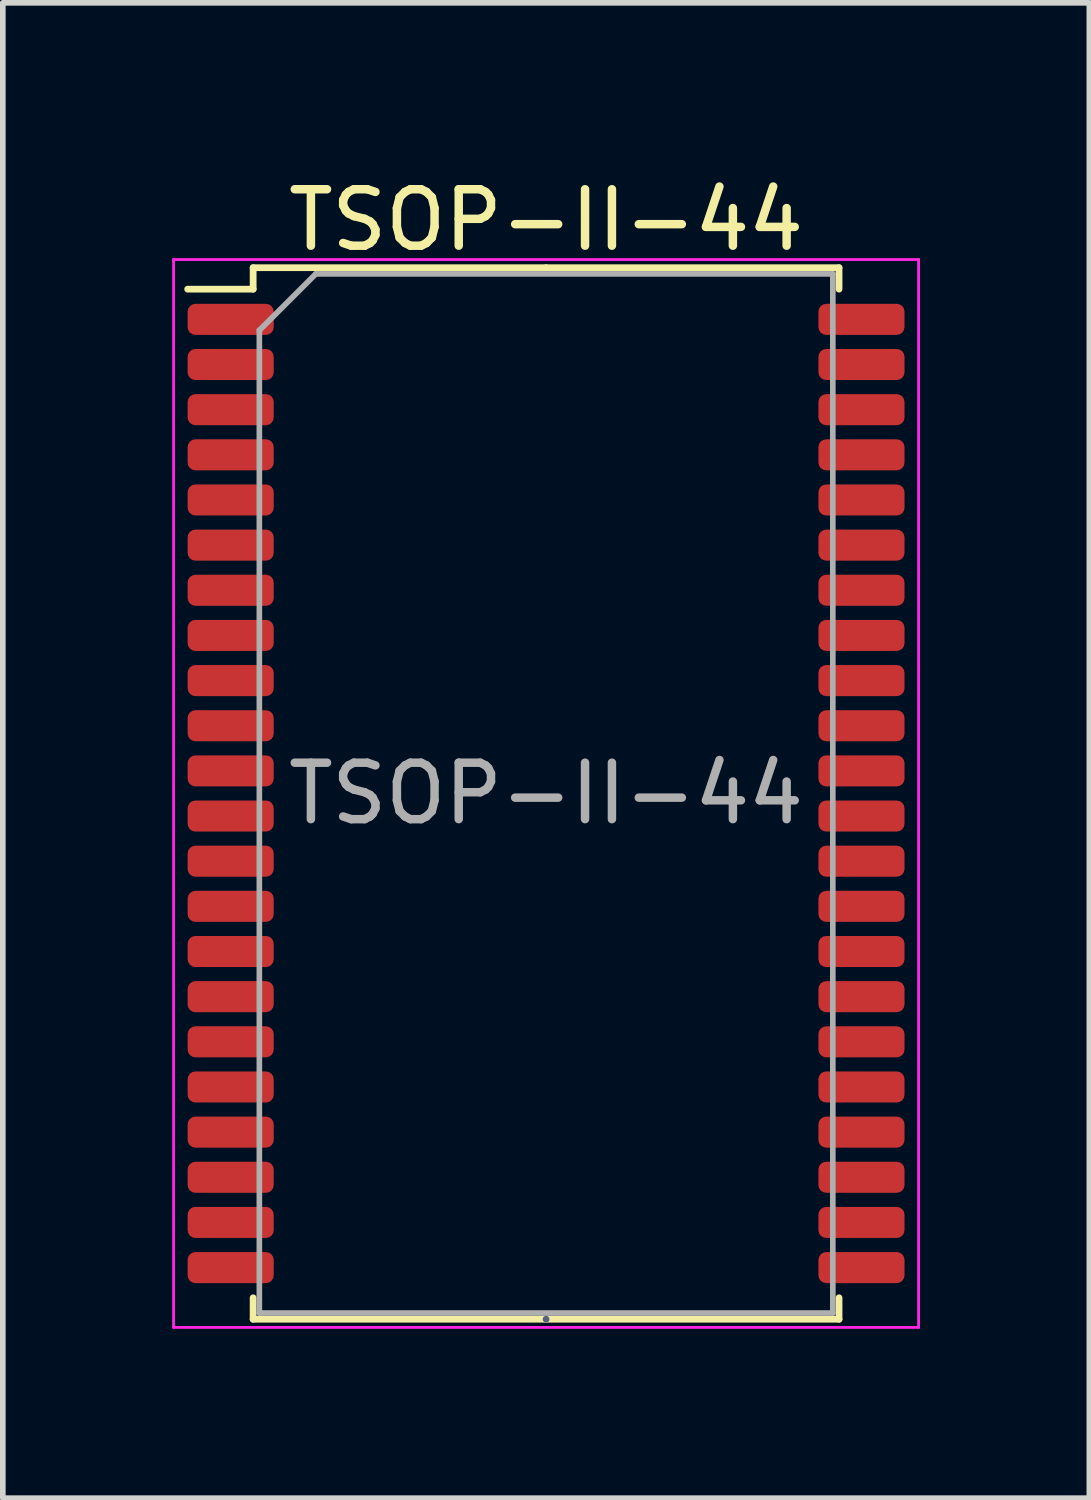
<source format=kicad_pcb>
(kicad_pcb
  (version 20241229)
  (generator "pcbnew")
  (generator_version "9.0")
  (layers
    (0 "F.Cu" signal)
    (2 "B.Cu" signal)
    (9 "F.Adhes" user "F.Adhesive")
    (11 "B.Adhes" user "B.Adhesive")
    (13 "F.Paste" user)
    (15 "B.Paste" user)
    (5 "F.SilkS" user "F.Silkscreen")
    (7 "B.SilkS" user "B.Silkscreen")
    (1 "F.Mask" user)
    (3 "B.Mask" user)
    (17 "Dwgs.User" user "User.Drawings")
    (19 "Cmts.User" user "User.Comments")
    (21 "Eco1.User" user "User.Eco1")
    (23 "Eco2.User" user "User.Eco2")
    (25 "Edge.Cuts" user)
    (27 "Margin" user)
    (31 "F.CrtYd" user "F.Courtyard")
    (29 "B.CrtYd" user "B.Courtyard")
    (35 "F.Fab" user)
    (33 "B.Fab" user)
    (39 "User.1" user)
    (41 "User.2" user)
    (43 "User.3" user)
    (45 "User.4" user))
  (footprint "TSOP-II-44"
    (layer "F.Cu")
    (at 6.625 11.008)
    (property "Reference" "TSOP-II-44" (at 0 -10.16 0) (layer "F.SilkS") (effects (font (size 1 1) (thickness 0.15))))
    (attr smd)
    (fp_line (start -5.19 -9.315) (end -5.19 -8.935) (stroke (width 0.12) (type solid)) (layer "F.SilkS"))
    (fp_line (start -5.19 -8.935) (end -6.35 -8.935) (stroke (width 0.12) (type solid)) (layer "F.SilkS"))
    (fp_line (start -5.19 9.315) (end -5.19 8.935) (stroke (width 0.12) (type solid)) (layer "F.SilkS"))
    (fp_line (start 0 -9.315) (end -5.19 -9.315) (stroke (width 0.12) (type solid)) (layer "F.SilkS"))
    (fp_line (start 0 -9.315) (end 5.19 -9.315) (stroke (width 0.12) (type solid)) (layer "F.SilkS"))
    (fp_line (start 0 9.315) (end -5.19 9.315) (stroke (width 0.12) (type solid)) (layer "F.SilkS"))
    (fp_line (start 0 9.315) (end 5.19 9.315) (stroke (width 0.12) (type solid)) (layer "F.SilkS"))
    (fp_line (start 5.19 -9.315) (end 5.19 -8.935) (stroke (width 0.12) (type solid)) (layer "F.SilkS"))
    (fp_line (start 5.19 9.315) (end 5.19 8.935) (stroke (width 0.12) (type solid)) (layer "F.SilkS"))
    (fp_line (start -6.6 -9.46) (end -6.6 9.46) (stroke (width 0.05) (type solid)) (layer "F.CrtYd"))
    (fp_line (start -6.6 9.46) (end 6.6 9.46) (stroke (width 0.05) (type solid)) (layer "F.CrtYd"))
    (fp_line (start 6.6 -9.46) (end -6.6 -9.46) (stroke (width 0.05) (type solid)) (layer "F.CrtYd"))
    (fp_line (start 6.6 9.46) (end 6.6 -9.46) (stroke (width 0.05) (type solid)) (layer "F.CrtYd"))
    (fp_line (start 0 9.315) (end 0 9.315) (stroke (width 0.12) (type solid)) (layer "B.Fab"))
    (fp_line (start -5.08 -8.205) (end -4.08 -9.205) (stroke (width 0.1) (type solid)) (layer "F.Fab"))
    (fp_line (start -5.08 9.205) (end -5.08 -8.205) (stroke (width 0.1) (type solid)) (layer "F.Fab"))
    (fp_line (start -4.08 -9.205) (end 5.08 -9.205) (stroke (width 0.1) (type solid)) (layer "F.Fab"))
    (fp_line (start 5.08 -9.205) (end 5.08 9.205) (stroke (width 0.1) (type solid)) (layer "F.Fab"))
    (fp_line (start 5.08 9.205) (end -5.08 9.205) (stroke (width 0.1) (type solid)) (layer "F.Fab"))
    (fp_text user "${REFERENCE}" (at 0 0 0) (layer "F.Fab") (effects (font (size 1 1) (thickness 0.15))))
    (pad "1" smd roundrect (at -5.588 -8.4) (size 1.525 0.55) (layers "F.Cu" "F.Mask" "F.Paste") (roundrect_rratio 0.25))
    (pad "2" smd roundrect (at -5.588 -7.6) (size 1.525 0.55) (layers "F.Cu" "F.Mask" "F.Paste") (roundrect_rratio 0.25))
    (pad "3" smd roundrect (at -5.588 -6.8) (size 1.525 0.55) (layers "F.Cu" "F.Mask" "F.Paste") (roundrect_rratio 0.25))
    (pad "4" smd roundrect (at -5.588 -6) (size 1.525 0.55) (layers "F.Cu" "F.Mask" "F.Paste") (roundrect_rratio 0.25))
    (pad "5" smd roundrect (at -5.588 -5.2) (size 1.525 0.55) (layers "F.Cu" "F.Mask" "F.Paste") (roundrect_rratio 0.25))
    (pad "6" smd roundrect (at -5.588 -4.4) (size 1.525 0.55) (layers "F.Cu" "F.Mask" "F.Paste") (roundrect_rratio 0.25))
    (pad "7" smd roundrect (at -5.588 -3.6) (size 1.525 0.55) (layers "F.Cu" "F.Mask" "F.Paste") (roundrect_rratio 0.25))
    (pad "8" smd roundrect (at -5.588 -2.8) (size 1.525 0.55) (layers "F.Cu" "F.Mask" "F.Paste") (roundrect_rratio 0.25))
    (pad "9" smd roundrect (at -5.588 -2) (size 1.525 0.55) (layers "F.Cu" "F.Mask" "F.Paste") (roundrect_rratio 0.25))
    (pad "10" smd roundrect (at -5.588 -1.2) (size 1.525 0.55) (layers "F.Cu" "F.Mask" "F.Paste") (roundrect_rratio 0.25))
    (pad "11" smd roundrect (at -5.588 -0.4) (size 1.525 0.55) (layers "F.Cu" "F.Mask" "F.Paste") (roundrect_rratio 0.25))
    (pad "12" smd roundrect (at -5.588 0.4) (size 1.525 0.55) (layers "F.Cu" "F.Mask" "F.Paste") (roundrect_rratio 0.25))
    (pad "13" smd roundrect (at -5.588 1.2) (size 1.525 0.55) (layers "F.Cu" "F.Mask" "F.Paste") (roundrect_rratio 0.25))
    (pad "14" smd roundrect (at -5.588 2) (size 1.525 0.55) (layers "F.Cu" "F.Mask" "F.Paste") (roundrect_rratio 0.25))
    (pad "15" smd roundrect (at -5.588 2.8) (size 1.525 0.55) (layers "F.Cu" "F.Mask" "F.Paste") (roundrect_rratio 0.25))
    (pad "16" smd roundrect (at -5.588 3.6) (size 1.525 0.55) (layers "F.Cu" "F.Mask" "F.Paste") (roundrect_rratio 0.25))
    (pad "17" smd roundrect (at -5.588 4.4) (size 1.525 0.55) (layers "F.Cu" "F.Mask" "F.Paste") (roundrect_rratio 0.25))
    (pad "18" smd roundrect (at -5.588 5.2) (size 1.525 0.55) (layers "F.Cu" "F.Mask" "F.Paste") (roundrect_rratio 0.25))
    (pad "19" smd roundrect (at -5.588 6) (size 1.525 0.55) (layers "F.Cu" "F.Mask" "F.Paste") (roundrect_rratio 0.25))
    (pad "20" smd roundrect (at -5.588 6.8) (size 1.525 0.55) (layers "F.Cu" "F.Mask" "F.Paste") (roundrect_rratio 0.25))
    (pad "21" smd roundrect (at -5.588 7.6) (size 1.525 0.55) (layers "F.Cu" "F.Mask" "F.Paste") (roundrect_rratio 0.25))
    (pad "22" smd roundrect (at -5.588 8.4) (size 1.525 0.55) (layers "F.Cu" "F.Mask" "F.Paste") (roundrect_rratio 0.25))
    (pad "23" smd roundrect (at 5.588 8.4) (size 1.525 0.55) (layers "F.Cu" "F.Mask" "F.Paste") (roundrect_rratio 0.25))
    (pad "24" smd roundrect (at 5.588 7.6) (size 1.525 0.55) (layers "F.Cu" "F.Mask" "F.Paste") (roundrect_rratio 0.25))
    (pad "25" smd roundrect (at 5.588 6.8) (size 1.525 0.55) (layers "F.Cu" "F.Mask" "F.Paste") (roundrect_rratio 0.25))
    (pad "26" smd roundrect (at 5.588 6) (size 1.525 0.55) (layers "F.Cu" "F.Mask" "F.Paste") (roundrect_rratio 0.25))
    (pad "27" smd roundrect (at 5.588 5.2) (size 1.525 0.55) (layers "F.Cu" "F.Mask" "F.Paste") (roundrect_rratio 0.25))
    (pad "28" smd roundrect (at 5.588 4.4) (size 1.525 0.55) (layers "F.Cu" "F.Mask" "F.Paste") (roundrect_rratio 0.25))
    (pad "29" smd roundrect (at 5.588 3.6) (size 1.525 0.55) (layers "F.Cu" "F.Mask" "F.Paste") (roundrect_rratio 0.25))
    (pad "30" smd roundrect (at 5.588 2.8) (size 1.525 0.55) (layers "F.Cu" "F.Mask" "F.Paste") (roundrect_rratio 0.25))
    (pad "31" smd roundrect (at 5.588 2) (size 1.525 0.55) (layers "F.Cu" "F.Mask" "F.Paste") (roundrect_rratio 0.25))
    (pad "32" smd roundrect (at 5.588 1.2) (size 1.525 0.55) (layers "F.Cu" "F.Mask" "F.Paste") (roundrect_rratio 0.25))
    (pad "33" smd roundrect (at 5.588 0.4) (size 1.525 0.55) (layers "F.Cu" "F.Mask" "F.Paste") (roundrect_rratio 0.25))
    (pad "34" smd roundrect (at 5.588 -0.4) (size 1.525 0.55) (layers "F.Cu" "F.Mask" "F.Paste") (roundrect_rratio 0.25))
    (pad "35" smd roundrect (at 5.588 -1.2) (size 1.525 0.55) (layers "F.Cu" "F.Mask" "F.Paste") (roundrect_rratio 0.25))
    (pad "36" smd roundrect (at 5.588 -2) (size 1.525 0.55) (layers "F.Cu" "F.Mask" "F.Paste") (roundrect_rratio 0.25))
    (pad "37" smd roundrect (at 5.588 -2.8) (size 1.525 0.55) (layers "F.Cu" "F.Mask" "F.Paste") (roundrect_rratio 0.25))
    (pad "38" smd roundrect (at 5.588 -3.6) (size 1.525 0.55) (layers "F.Cu" "F.Mask" "F.Paste") (roundrect_rratio 0.25))
    (pad "39" smd roundrect (at 5.588 -4.4) (size 1.525 0.55) (layers "F.Cu" "F.Mask" "F.Paste") (roundrect_rratio 0.25))
    (pad "40" smd roundrect (at 5.588 -5.2) (size 1.525 0.55) (layers "F.Cu" "F.Mask" "F.Paste") (roundrect_rratio 0.25))
    (pad "41" smd roundrect (at 5.588 -6) (size 1.525 0.55) (layers "F.Cu" "F.Mask" "F.Paste") (roundrect_rratio 0.25))
    (pad "42" smd roundrect (at 5.588 -6.8) (size 1.525 0.55) (layers "F.Cu" "F.Mask" "F.Paste") (roundrect_rratio 0.25))
    (pad "43" smd roundrect (at 5.588 -7.6) (size 1.525 0.55) (layers "F.Cu" "F.Mask" "F.Paste") (roundrect_rratio 0.25))
    (pad "44" smd roundrect (at 5.588 -8.4) (size 1.525 0.55) (layers "F.Cu" "F.Mask" "F.Paste") (roundrect_rratio 0.25)))
  (gr_rect
    (start -3 -3)
    (end 16.25 23.493)
    (stroke (width 0.1) (type default))
    (fill no)
    (layer "Edge.Cuts")))
</source>
